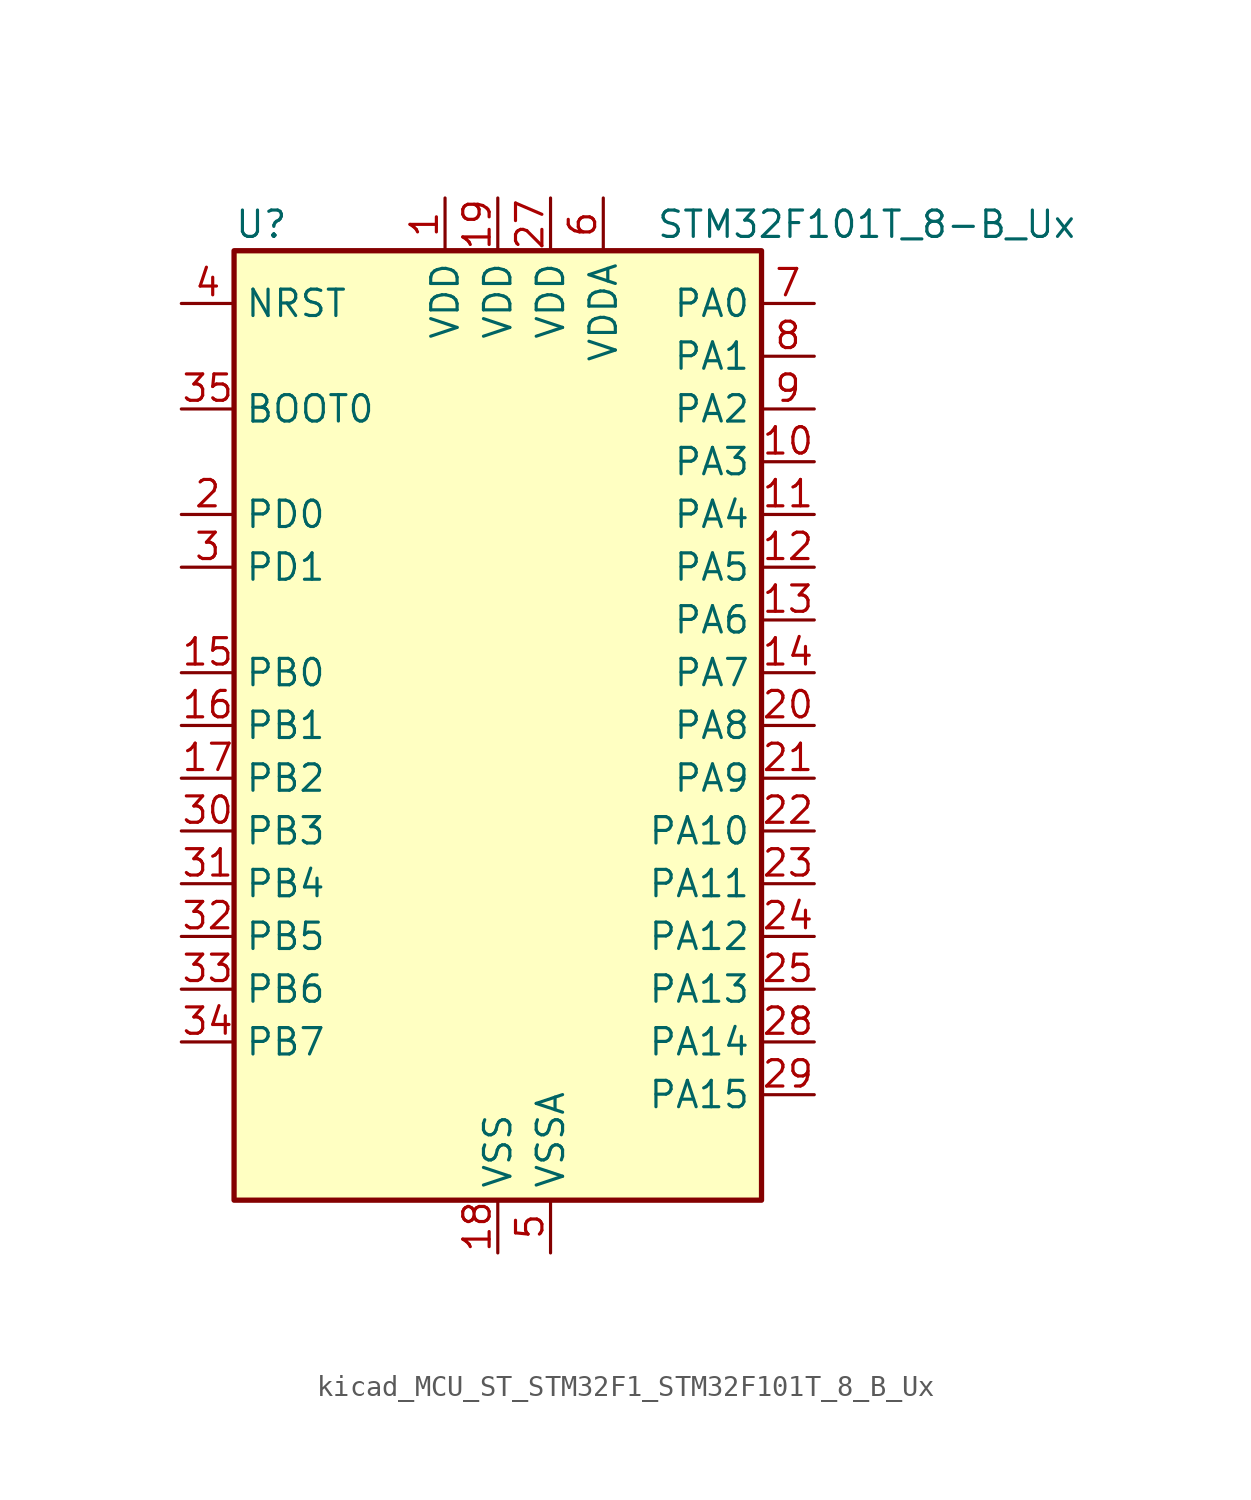
<source format=kicad_sym>
(kicad_symbol_lib
  (version 20220914)
  (generator kicad_symbol_editor)
  (symbol "kicad_MCU_ST_STM32F1_STM32F101T_8_B_Ux"
    (property "Reference" "U"
      (at -12.7 24.13 0)
      (effects (font (size 1.27 1.27)) (justify left)))
    (property "Value" "STM32F101T_8-B_Ux"
      (at 7.62 24.13 0)
      (effects (font (size 1.27 1.27)) (justify left)))
    (property "ki_locked" ""
      (at 0 0 0)
      (effects (font (size 1.27 1.27))))
    (symbol "kicad_MCU_ST_STM32F1_STM32F101T_8_B_Ux_0_1"
      (rectangle (start -12.7 -22.86) (end 12.7 22.86) (stroke (width 0.254) (type default)) (fill (type background))))
    (symbol "kicad_MCU_ST_STM32F1_STM32F101T_8_B_Ux_1_1"
      (pin power_in line (at -2.54 25.4 270) (length 2.54) (name "VDD" (effects (font (size 1.27 1.27)))) (number "1" (effects (font (size 1.27 1.27)))))
      (pin bidirectional line (at 15.24 12.7 180) (length 2.54) (name "PA3" (effects (font (size 1.27 1.27)))) (number "10" (effects (font (size 1.27 1.27)))) (alternate "ADC1_IN3" bidirectional line) (alternate "TIM2_CH4" bidirectional line) (alternate "USART2_RX" bidirectional line))
      (pin bidirectional line (at 15.24 10.16 180) (length 2.54) (name "PA4" (effects (font (size 1.27 1.27)))) (number "11" (effects (font (size 1.27 1.27)))) (alternate "ADC1_IN4" bidirectional line) (alternate "SPI1_NSS" bidirectional line) (alternate "USART2_CK" bidirectional line))
      (pin bidirectional line (at 15.24 7.62 180) (length 2.54) (name "PA5" (effects (font (size 1.27 1.27)))) (number "12" (effects (font (size 1.27 1.27)))) (alternate "ADC1_IN5" bidirectional line) (alternate "SPI1_SCK" bidirectional line))
      (pin bidirectional line (at 15.24 5.08 180) (length 2.54) (name "PA6" (effects (font (size 1.27 1.27)))) (number "13" (effects (font (size 1.27 1.27)))) (alternate "ADC1_IN6" bidirectional line) (alternate "SPI1_MISO" bidirectional line) (alternate "TIM3_CH1" bidirectional line))
      (pin bidirectional line (at 15.24 2.54 180) (length 2.54) (name "PA7" (effects (font (size 1.27 1.27)))) (number "14" (effects (font (size 1.27 1.27)))) (alternate "ADC1_IN7" bidirectional line) (alternate "SPI1_MOSI" bidirectional line) (alternate "TIM3_CH2" bidirectional line))
      (pin bidirectional line (at -15.24 2.54 0) (length 2.54) (name "PB0" (effects (font (size 1.27 1.27)))) (number "15" (effects (font (size 1.27 1.27)))) (alternate "ADC1_IN8" bidirectional line) (alternate "TIM3_CH3" bidirectional line))
      (pin bidirectional line (at -15.24 0 0) (length 2.54) (name "PB1" (effects (font (size 1.27 1.27)))) (number "16" (effects (font (size 1.27 1.27)))) (alternate "ADC1_IN9" bidirectional line) (alternate "TIM3_CH4" bidirectional line))
      (pin bidirectional line (at -15.24 -2.54 0) (length 2.54) (name "PB2" (effects (font (size 1.27 1.27)))) (number "17" (effects (font (size 1.27 1.27)))))
      (pin power_in line (at 0 -25.4 90) (length 2.54) (name "VSS" (effects (font (size 1.27 1.27)))) (number "18" (effects (font (size 1.27 1.27)))))
      (pin power_in line (at 0 25.4 270) (length 2.54) (name "VDD" (effects (font (size 1.27 1.27)))) (number "19" (effects (font (size 1.27 1.27)))))
      (pin bidirectional line (at -15.24 10.16 0) (length 2.54) (name "PD0" (effects (font (size 1.27 1.27)))) (number "2" (effects (font (size 1.27 1.27)))) (alternate "RCC_OSC_IN" bidirectional line))
      (pin bidirectional line (at 15.24 0 180) (length 2.54) (name "PA8" (effects (font (size 1.27 1.27)))) (number "20" (effects (font (size 1.27 1.27)))) (alternate "RCC_MCO" bidirectional line) (alternate "USART1_CK" bidirectional line))
      (pin bidirectional line (at 15.24 -2.54 180) (length 2.54) (name "PA9" (effects (font (size 1.27 1.27)))) (number "21" (effects (font (size 1.27 1.27)))) (alternate "USART1_TX" bidirectional line))
      (pin bidirectional line (at 15.24 -5.08 180) (length 2.54) (name "PA10" (effects (font (size 1.27 1.27)))) (number "22" (effects (font (size 1.27 1.27)))) (alternate "USART1_RX" bidirectional line))
      (pin bidirectional line (at 15.24 -7.62 180) (length 2.54) (name "PA11" (effects (font (size 1.27 1.27)))) (number "23" (effects (font (size 1.27 1.27)))) (alternate "ADC1_EXTI11" bidirectional line) (alternate "USART1_CTS" bidirectional line))
      (pin bidirectional line (at 15.24 -10.16 180) (length 2.54) (name "PA12" (effects (font (size 1.27 1.27)))) (number "24" (effects (font (size 1.27 1.27)))) (alternate "USART1_RTS" bidirectional line))
      (pin bidirectional line (at 15.24 -12.7 180) (length 2.54) (name "PA13" (effects (font (size 1.27 1.27)))) (number "25" (effects (font (size 1.27 1.27)))) (alternate "SYS_JTMS-SWDIO" bidirectional line))
      (pin passive line (at 0 -25.4 90) (length 2.54) hide (name "VSS" (effects (font (size 1.27 1.27)))) (number "26" (effects (font (size 1.27 1.27)))))
      (pin power_in line (at 2.54 25.4 270) (length 2.54) (name "VDD" (effects (font (size 1.27 1.27)))) (number "27" (effects (font (size 1.27 1.27)))))
      (pin bidirectional line (at 15.24 -15.24 180) (length 2.54) (name "PA14" (effects (font (size 1.27 1.27)))) (number "28" (effects (font (size 1.27 1.27)))) (alternate "SYS_JTCK-SWCLK" bidirectional line))
      (pin bidirectional line (at 15.24 -17.78 180) (length 2.54) (name "PA15" (effects (font (size 1.27 1.27)))) (number "29" (effects (font (size 1.27 1.27)))) (alternate "ADC1_EXTI15" bidirectional line) (alternate "SPI1_NSS" bidirectional line) (alternate "SYS_JTDI" bidirectional line) (alternate "TIM2_CH1" bidirectional line) (alternate "TIM2_ETR" bidirectional line))
      (pin bidirectional line (at -15.24 7.62 0) (length 2.54) (name "PD1" (effects (font (size 1.27 1.27)))) (number "3" (effects (font (size 1.27 1.27)))) (alternate "RCC_OSC_OUT" bidirectional line))
      (pin bidirectional line (at -15.24 -5.08 0) (length 2.54) (name "PB3" (effects (font (size 1.27 1.27)))) (number "30" (effects (font (size 1.27 1.27)))) (alternate "SPI1_SCK" bidirectional line) (alternate "SYS_JTDO-TRACESWO" bidirectional line) (alternate "TIM2_CH2" bidirectional line))
      (pin bidirectional line (at -15.24 -7.62 0) (length 2.54) (name "PB4" (effects (font (size 1.27 1.27)))) (number "31" (effects (font (size 1.27 1.27)))) (alternate "SPI1_MISO" bidirectional line) (alternate "SYS_NJTRST" bidirectional line) (alternate "TIM3_CH1" bidirectional line))
      (pin bidirectional line (at -15.24 -10.16 0) (length 2.54) (name "PB5" (effects (font (size 1.27 1.27)))) (number "32" (effects (font (size 1.27 1.27)))) (alternate "I2C1_SMBA" bidirectional line) (alternate "SPI1_MOSI" bidirectional line) (alternate "TIM3_CH2" bidirectional line))
      (pin bidirectional line (at -15.24 -12.7 0) (length 2.54) (name "PB6" (effects (font (size 1.27 1.27)))) (number "33" (effects (font (size 1.27 1.27)))) (alternate "I2C1_SCL" bidirectional line) (alternate "TIM4_CH1" bidirectional line) (alternate "USART1_TX" bidirectional line))
      (pin bidirectional line (at -15.24 -15.24 0) (length 2.54) (name "PB7" (effects (font (size 1.27 1.27)))) (number "34" (effects (font (size 1.27 1.27)))) (alternate "I2C1_SDA" bidirectional line) (alternate "TIM4_CH2" bidirectional line) (alternate "USART1_RX" bidirectional line))
      (pin input line (at -15.24 15.24 0) (length 2.54) (name "BOOT0" (effects (font (size 1.27 1.27)))) (number "35" (effects (font (size 1.27 1.27)))))
      (pin passive line (at 0 -25.4 90) (length 2.54) hide (name "VSS" (effects (font (size 1.27 1.27)))) (number "36" (effects (font (size 1.27 1.27)))))
      (pin passive line (at 0 -25.4 90) (length 2.54) hide (name "VSS" (effects (font (size 1.27 1.27)))) (number "37" (effects (font (size 1.27 1.27)))))
      (pin input line (at -15.24 20.32 0) (length 2.54) (name "NRST" (effects (font (size 1.27 1.27)))) (number "4" (effects (font (size 1.27 1.27)))))
      (pin power_in line (at 2.54 -25.4 90) (length 2.54) (name "VSSA" (effects (font (size 1.27 1.27)))) (number "5" (effects (font (size 1.27 1.27)))))
      (pin power_in line (at 5.08 25.4 270) (length 2.54) (name "VDDA" (effects (font (size 1.27 1.27)))) (number "6" (effects (font (size 1.27 1.27)))))
      (pin bidirectional line (at 15.24 20.32 180) (length 2.54) (name "PA0" (effects (font (size 1.27 1.27)))) (number "7" (effects (font (size 1.27 1.27)))) (alternate "ADC1_IN0" bidirectional line) (alternate "SYS_WKUP" bidirectional line) (alternate "TIM2_CH1" bidirectional line) (alternate "TIM2_ETR" bidirectional line) (alternate "USART2_CTS" bidirectional line))
      (pin bidirectional line (at 15.24 17.78 180) (length 2.54) (name "PA1" (effects (font (size 1.27 1.27)))) (number "8" (effects (font (size 1.27 1.27)))) (alternate "ADC1_IN1" bidirectional line) (alternate "TIM2_CH2" bidirectional line) (alternate "USART2_RTS" bidirectional line))
      (pin bidirectional line (at 15.24 15.24 180) (length 2.54) (name "PA2" (effects (font (size 1.27 1.27)))) (number "9" (effects (font (size 1.27 1.27)))) (alternate "ADC1_IN2" bidirectional line) (alternate "TIM2_CH3" bidirectional line) (alternate "USART2_TX" bidirectional line)))))
</source>
